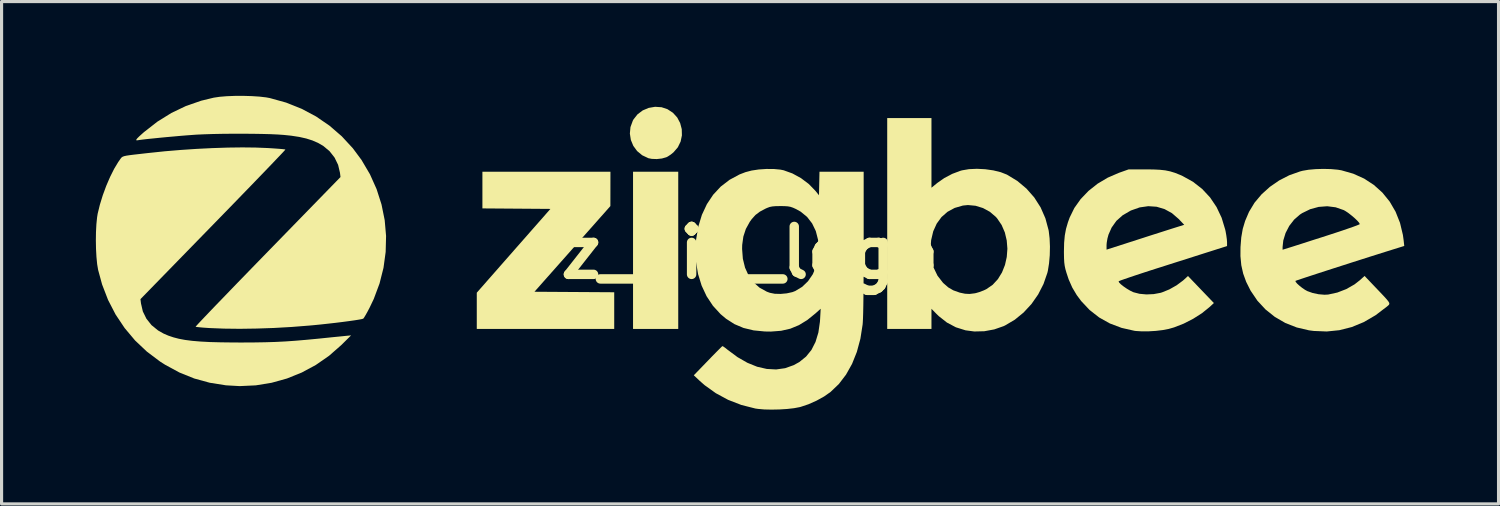
<source format=kicad_pcb>
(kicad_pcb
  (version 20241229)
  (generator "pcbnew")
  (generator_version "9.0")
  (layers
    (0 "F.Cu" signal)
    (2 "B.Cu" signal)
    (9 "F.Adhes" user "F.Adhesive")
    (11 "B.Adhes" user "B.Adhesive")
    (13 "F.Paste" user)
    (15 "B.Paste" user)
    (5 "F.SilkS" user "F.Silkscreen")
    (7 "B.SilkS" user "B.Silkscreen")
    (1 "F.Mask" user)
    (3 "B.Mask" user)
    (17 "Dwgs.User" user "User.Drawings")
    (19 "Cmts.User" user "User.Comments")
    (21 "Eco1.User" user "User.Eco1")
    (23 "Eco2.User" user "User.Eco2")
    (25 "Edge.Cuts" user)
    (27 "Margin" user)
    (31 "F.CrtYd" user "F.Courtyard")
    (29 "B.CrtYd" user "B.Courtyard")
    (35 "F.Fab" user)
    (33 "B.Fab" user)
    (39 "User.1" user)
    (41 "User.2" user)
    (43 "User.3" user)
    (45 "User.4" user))
  (footprint "z_big_logo"
    (layer "F.Cu")
    (at 20.806 4.99)
    (property "Reference" "z_big_logo" (at 0 0 0) (layer "F.SilkS") (effects (font (size 1.524 1.524) (thickness 0.3))))
    (attr board_only exclude_from_pos_files exclude_from_bom)
    (fp_poly (pts (xy -2.276 2.426) (xy -3.714 2.426) (xy -3.714 -2.576) (xy -2.276 -2.576)) (stroke (width 0) (type solid)) (fill yes) (layer "F.SilkS"))
    (fp_poly (pts (xy -4.434 -2.029) (xy -4.435 -1.483) (xy -5.643 -0.12) (xy -6.851 1.243) (xy -5.582 1.251) (xy -4.313 1.259) (xy -4.313 2.426) (xy -8.686 2.426) (xy -8.686 1.85) (xy -8.686 1.273) (xy -7.515 -0.06) (xy -6.343 -1.393) (xy -8.507 -1.409) (xy -8.507 -2.576) (xy -4.433 -2.576)) (stroke (width 0) (type solid)) (fill yes) (layer "F.SilkS"))
    (fp_poly (pts (xy -2.806 -4.628) (xy -2.621 -4.567) (xy -2.444 -4.451) (xy -2.308 -4.301) (xy -2.215 -4.124) (xy -2.164 -3.931) (xy -2.159 -3.732) (xy -2.2 -3.536) (xy -2.289 -3.353) (xy -2.425 -3.195) (xy -2.516 -3.121) (xy -2.609 -3.06) (xy -2.654 -3.037) (xy -2.795 -2.997) (xy -2.959 -2.979) (xy -3.118 -2.985) (xy -3.225 -3.006) (xy -3.423 -3.1) (xy -3.585 -3.234) (xy -3.706 -3.4) (xy -3.784 -3.588) (xy -3.815 -3.79) (xy -3.796 -3.996) (xy -3.722 -4.199) (xy -3.699 -4.241) (xy -3.571 -4.403) (xy -3.406 -4.527) (xy -3.216 -4.607) (xy -3.012 -4.642)) (stroke (width 0) (type solid)) (fill yes) (layer "F.SilkS"))
    (fp_poly (pts (xy 5.781 -2.067) (xy 5.968 -2.22) (xy 6.19 -2.375) (xy 6.442 -2.508) (xy 6.697 -2.604) (xy 6.753 -2.62) (xy 6.975 -2.658) (xy 7.226 -2.669) (xy 7.49 -2.656) (xy 7.749 -2.619) (xy 7.986 -2.561) (xy 8.182 -2.484) (xy 8.513 -2.283) (xy 8.804 -2.039) (xy 9.052 -1.757) (xy 9.254 -1.441) (xy 9.406 -1.094) (xy 9.506 -0.723) (xy 9.513 -0.686) (xy 9.54 -0.453) (xy 9.551 -0.191) (xy 9.545 0.081) (xy 9.522 0.342) (xy 9.485 0.573) (xy 9.468 0.644) (xy 9.346 0.996) (xy 9.176 1.328) (xy 8.963 1.633) (xy 8.713 1.903) (xy 8.433 2.132) (xy 8.127 2.313) (xy 8.077 2.337) (xy 7.779 2.441) (xy 7.463 2.499) (xy 7.144 2.507) (xy 6.865 2.47) (xy 6.558 2.374) (xy 6.273 2.223) (xy 6.01 2.016) (xy 5.935 1.942) (xy 5.781 1.785) (xy 5.781 2.426) (xy 4.373 2.426) (xy 4.373 -0.12) (xy 5.751 -0.12) (xy 5.776 0.193) (xy 5.851 0.478) (xy 5.973 0.732) (xy 6.142 0.95) (xy 6.16 0.969) (xy 6.315 1.104) (xy 6.477 1.198) (xy 6.671 1.267) (xy 6.687 1.272) (xy 6.85 1.306) (xy 6.995 1.313) (xy 7.155 1.293) (xy 7.195 1.285) (xy 7.311 1.251) (xy 7.444 1.2) (xy 7.528 1.16) (xy 7.728 1.022) (xy 7.894 0.842) (xy 8.025 0.629) (xy 8.12 0.391) (xy 8.177 0.137) (xy 8.197 -0.126) (xy 8.176 -0.389) (xy 8.116 -0.644) (xy 8.013 -0.882) (xy 7.868 -1.095) (xy 7.828 -1.14) (xy 7.639 -1.301) (xy 7.421 -1.42) (xy 7.184 -1.493) (xy 6.942 -1.516) (xy 6.781 -1.5) (xy 6.519 -1.424) (xy 6.292 -1.301) (xy 6.1 -1.133) (xy 5.948 -0.925) (xy 5.837 -0.68) (xy 5.771 -0.4) (xy 5.751 -0.12) (xy 4.373 -0.12) (xy 4.373 -4.283) (xy 5.781 -4.283)) (stroke (width 0) (type solid)) (fill yes) (layer "F.SilkS"))
    (fp_poly (pts (xy -15.72 -3.345) (xy -15.343 -3.33) (xy -15.324 -3.329) (xy -15.152 -3.318) (xy -15 -3.307) (xy -14.881 -3.297) (xy -14.802 -3.288) (xy -14.775 -3.283) (xy -14.793 -3.26) (xy -14.851 -3.197) (xy -14.945 -3.097) (xy -15.074 -2.962) (xy -15.233 -2.795) (xy -15.422 -2.599) (xy -15.636 -2.377) (xy -15.873 -2.131) (xy -16.132 -1.864) (xy -16.408 -1.579) (xy -16.7 -1.279) (xy -17.005 -0.966) (xy -17.074 -0.895) (xy -19.387 1.478) (xy -19.37 1.616) (xy -19.311 1.87) (xy -19.198 2.1) (xy -19.036 2.304) (xy -18.827 2.474) (xy -18.649 2.575) (xy -18.5 2.639) (xy -18.34 2.693) (xy -18.164 2.739) (xy -17.966 2.776) (xy -17.739 2.805) (xy -17.479 2.827) (xy -17.179 2.843) (xy -16.835 2.852) (xy -16.44 2.857) (xy -16.175 2.858) (xy -15.779 2.856) (xy -15.425 2.85) (xy -15.096 2.84) (xy -14.776 2.824) (xy -14.449 2.801) (xy -14.099 2.771) (xy -13.71 2.734) (xy -13.614 2.724) (xy -13.421 2.704) (xy -13.236 2.685) (xy -13.072 2.669) (xy -12.941 2.656) (xy -12.865 2.648) (xy -12.685 2.631) (xy -13 2.942) (xy -13.387 3.281) (xy -13.807 3.572) (xy -14.254 3.813) (xy -14.725 4.003) (xy -15.214 4.139) (xy -15.717 4.221) (xy -16.229 4.245) (xy -16.666 4.22) (xy -17.183 4.138) (xy -17.675 4.003) (xy -18.146 3.813) (xy -18.602 3.566) (xy -18.765 3.462) (xy -19.182 3.148) (xy -19.558 2.793) (xy -19.89 2.398) (xy -20.178 1.967) (xy -20.418 1.503) (xy -20.608 1.01) (xy -20.734 0.547) (xy -20.765 0.363) (xy -20.787 0.136) (xy -20.801 -0.12) (xy -20.806 -0.39) (xy -20.802 -0.657) (xy -20.789 -0.907) (xy -20.767 -1.124) (xy -20.748 -1.242) (xy -20.678 -1.528) (xy -20.586 -1.827) (xy -20.476 -2.126) (xy -20.353 -2.411) (xy -20.225 -2.667) (xy -20.095 -2.883) (xy -20.056 -2.938) (xy -20.028 -2.979) (xy -20.005 -3.01) (xy -19.982 -3.035) (xy -19.95 -3.055) (xy -19.903 -3.072) (xy -19.834 -3.087) (xy -19.735 -3.102) (xy -19.601 -3.119) (xy -19.424 -3.139) (xy -19.197 -3.165) (xy -19.095 -3.176) (xy -18.608 -3.227) (xy -18.105 -3.269) (xy -17.597 -3.303) (xy -17.093 -3.328) (xy -16.606 -3.344) (xy -16.144 -3.35)) (stroke (width 0) (type solid)) (fill yes) (layer "F.SilkS"))
    (fp_poly (pts (xy -15.846 -4.982) (xy -15.598 -4.966) (xy -15.384 -4.941) (xy -15.268 -4.919) (xy -14.75 -4.775) (xy -14.26 -4.579) (xy -13.799 -4.334) (xy -13.372 -4.041) (xy -12.982 -3.704) (xy -12.63 -3.323) (xy -12.353 -2.95) (xy -12.085 -2.495) (xy -11.873 -2.022) (xy -11.717 -1.534) (xy -11.616 -1.036) (xy -11.572 -0.531) (xy -11.585 -0.024) (xy -11.654 0.482) (xy -11.78 0.981) (xy -11.963 1.471) (xy -12.094 1.745) (xy -12.161 1.873) (xy -12.222 1.982) (xy -12.269 2.06) (xy -12.296 2.097) (xy -12.338 2.111) (xy -12.432 2.129) (xy -12.57 2.151) (xy -12.745 2.176) (xy -12.949 2.203) (xy -13.175 2.231) (xy -13.414 2.258) (xy -13.66 2.285) (xy -13.905 2.309) (xy -14.018 2.319) (xy -14.575 2.363) (xy -15.137 2.395) (xy -15.692 2.414) (xy -16.226 2.422) (xy -16.729 2.416) (xy -17.187 2.398) (xy -17.248 2.394) (xy -17.391 2.384) (xy -17.51 2.373) (xy -17.595 2.364) (xy -17.632 2.356) (xy -17.633 2.356) (xy -17.614 2.333) (xy -17.557 2.27) (xy -17.462 2.169) (xy -17.334 2.034) (xy -17.175 1.867) (xy -16.987 1.671) (xy -16.772 1.449) (xy -16.535 1.203) (xy -16.277 0.936) (xy -16 0.651) (xy -15.709 0.351) (xy -15.404 0.038) (xy -15.335 -0.033) (xy -13.022 -2.407) (xy -13.039 -2.544) (xy -13.098 -2.794) (xy -13.21 -3.025) (xy -13.37 -3.229) (xy -13.572 -3.398) (xy -13.729 -3.489) (xy -13.913 -3.57) (xy -14.111 -3.633) (xy -14.333 -3.683) (xy -14.594 -3.723) (xy -14.827 -3.747) (xy -15.01 -3.76) (xy -15.243 -3.771) (xy -15.515 -3.778) (xy -15.814 -3.783) (xy -16.131 -3.785) (xy -16.455 -3.785) (xy -16.774 -3.782) (xy -17.08 -3.776) (xy -17.36 -3.767) (xy -17.604 -3.756) (xy -17.717 -3.748) (xy -17.905 -3.734) (xy -18.115 -3.717) (xy -18.336 -3.697) (xy -18.562 -3.677) (xy -18.781 -3.656) (xy -18.985 -3.635) (xy -19.164 -3.617) (xy -19.31 -3.6) (xy -19.414 -3.587) (xy -19.462 -3.579) (xy -19.511 -3.573) (xy -19.523 -3.59) (xy -19.495 -3.632) (xy -19.424 -3.703) (xy -19.309 -3.806) (xy -19.273 -3.838) (xy -18.847 -4.17) (xy -18.404 -4.445) (xy -17.941 -4.667) (xy -17.453 -4.836) (xy -17.057 -4.932) (xy -16.87 -4.96) (xy -16.64 -4.979) (xy -16.383 -4.989) (xy -16.113 -4.99)) (stroke (width 0) (type solid)) (fill yes) (layer "F.SilkS"))
    (fp_poly (pts (xy 12.846 -2.648) (xy 13.051 -2.638) (xy 13.223 -2.619) (xy 13.377 -2.587) (xy 13.527 -2.541) (xy 13.685 -2.478) (xy 13.774 -2.438) (xy 14.102 -2.256) (xy 14.394 -2.028) (xy 14.645 -1.759) (xy 14.852 -1.452) (xy 15.014 -1.11) (xy 15.127 -0.737) (xy 15.139 -0.683) (xy 15.162 -0.553) (xy 15.179 -0.429) (xy 15.186 -0.337) (xy 15.186 -0.332) (xy 15.186 -0.212) (xy 14.699 -0.056) (xy 14.562 -0.013) (xy 14.377 0.046) (xy 14.154 0.117) (xy 13.902 0.198) (xy 13.629 0.284) (xy 13.346 0.374) (xy 13.062 0.465) (xy 12.978 0.491) (xy 12.719 0.574) (xy 12.477 0.653) (xy 12.259 0.725) (xy 12.072 0.788) (xy 11.92 0.84) (xy 11.81 0.879) (xy 11.748 0.904) (xy 11.735 0.912) (xy 11.752 0.949) (xy 11.809 1.007) (xy 11.895 1.075) (xy 11.997 1.145) (xy 12.103 1.208) (xy 12.201 1.255) (xy 12.21 1.259) (xy 12.4 1.308) (xy 12.62 1.328) (xy 12.849 1.318) (xy 13.066 1.278) (xy 13.119 1.262) (xy 13.35 1.168) (xy 13.58 1.038) (xy 13.782 0.888) (xy 13.812 0.862) (xy 13.943 0.742) (xy 14.355 1.172) (xy 14.767 1.602) (xy 14.625 1.733) (xy 14.386 1.926) (xy 14.106 2.104) (xy 13.805 2.258) (xy 13.5 2.377) (xy 13.328 2.426) (xy 13.14 2.462) (xy 12.921 2.488) (xy 12.691 2.502) (xy 12.472 2.503) (xy 12.283 2.491) (xy 12.238 2.485) (xy 11.832 2.393) (xy 11.458 2.252) (xy 11.118 2.062) (xy 10.813 1.824) (xy 10.545 1.539) (xy 10.403 1.348) (xy 10.261 1.109) (xy 10.146 0.849) (xy 10.076 0.638) (xy 10.042 0.52) (xy 10.02 0.415) (xy 10.006 0.307) (xy 9.999 0.178) (xy 9.996 0.011) (xy 9.996 -0.045) (xy 9.997 -0.097) (xy 11.352 -0.097) (xy 12.378 -0.427) (xy 12.625 -0.507) (xy 12.862 -0.583) (xy 13.082 -0.653) (xy 13.276 -0.715) (xy 13.436 -0.766) (xy 13.554 -0.803) (xy 13.614 -0.822) (xy 13.823 -0.887) (xy 13.646 -1.073) (xy 13.432 -1.258) (xy 13.197 -1.387) (xy 12.945 -1.462) (xy 12.68 -1.48) (xy 12.407 -1.441) (xy 12.131 -1.344) (xy 12.112 -1.335) (xy 11.864 -1.19) (xy 11.665 -1.013) (xy 11.513 -0.799) (xy 11.414 -0.575) (xy 11.38 -0.45) (xy 11.358 -0.32) (xy 11.352 -0.244) (xy 11.352 -0.097) (xy 9.997 -0.097) (xy 10.002 -0.315) (xy 10.023 -0.546) (xy 10.062 -0.757) (xy 10.123 -0.966) (xy 10.178 -1.118) (xy 10.327 -1.422) (xy 10.529 -1.706) (xy 10.777 -1.965) (xy 11.065 -2.194) (xy 11.389 -2.387) (xy 11.741 -2.539) (xy 11.751 -2.543) (xy 12.056 -2.651) (xy 12.595 -2.651)) (stroke (width 0) (type solid)) (fill yes) (layer "F.SilkS"))
    (fp_poly (pts (xy 18.493 -2.66) (xy 18.712 -2.64) (xy 18.825 -2.621) (xy 19.203 -2.513) (xy 19.549 -2.357) (xy 19.858 -2.155) (xy 20.13 -1.91) (xy 20.361 -1.625) (xy 20.548 -1.304) (xy 20.689 -0.95) (xy 20.781 -0.565) (xy 20.804 -0.399) (xy 20.824 -0.214) (xy 20.634 -0.155) (xy 20.438 -0.094) (xy 20.214 -0.024) (xy 19.967 0.054) (xy 19.703 0.137) (xy 19.428 0.225) (xy 19.148 0.314) (xy 18.869 0.404) (xy 18.597 0.491) (xy 18.337 0.575) (xy 18.096 0.653) (xy 17.879 0.724) (xy 17.693 0.785) (xy 17.543 0.835) (xy 17.434 0.871) (xy 17.374 0.893) (xy 17.363 0.897) (xy 17.369 0.928) (xy 17.414 0.982) (xy 17.486 1.048) (xy 17.574 1.118) (xy 17.666 1.181) (xy 17.743 1.223) (xy 17.908 1.282) (xy 18.098 1.322) (xy 18.285 1.338) (xy 18.403 1.332) (xy 18.695 1.268) (xy 18.98 1.158) (xy 19.241 1.009) (xy 19.41 0.877) (xy 19.562 0.74) (xy 19.928 1.124) (xy 20.078 1.281) (xy 20.192 1.402) (xy 20.272 1.491) (xy 20.322 1.555) (xy 20.347 1.601) (xy 20.349 1.634) (xy 20.333 1.662) (xy 20.302 1.69) (xy 20.275 1.713) (xy 19.911 1.99) (xy 19.537 2.208) (xy 19.154 2.366) (xy 18.761 2.466) (xy 18.358 2.507) (xy 17.943 2.49) (xy 17.792 2.47) (xy 17.403 2.379) (xy 17.041 2.237) (xy 16.709 2.045) (xy 16.412 1.808) (xy 16.152 1.528) (xy 15.935 1.208) (xy 15.795 0.929) (xy 15.699 0.665) (xy 15.639 0.397) (xy 15.612 0.109) (xy 15.613 -0.094) (xy 16.953 -0.094) (xy 17.17 -0.162) (xy 17.251 -0.187) (xy 17.379 -0.228) (xy 17.549 -0.282) (xy 17.75 -0.347) (xy 17.974 -0.419) (xy 18.214 -0.495) (xy 18.399 -0.555) (xy 18.632 -0.631) (xy 18.847 -0.702) (xy 19.036 -0.767) (xy 19.194 -0.822) (xy 19.313 -0.866) (xy 19.387 -0.896) (xy 19.409 -0.91) (xy 19.387 -0.954) (xy 19.326 -1.023) (xy 19.24 -1.105) (xy 19.139 -1.19) (xy 19.036 -1.27) (xy 18.941 -1.332) (xy 18.896 -1.356) (xy 18.642 -1.444) (xy 18.374 -1.478) (xy 18.101 -1.457) (xy 17.832 -1.384) (xy 17.576 -1.259) (xy 17.505 -1.213) (xy 17.32 -1.052) (xy 17.165 -0.852) (xy 17.048 -0.626) (xy 16.975 -0.388) (xy 16.953 -0.181) (xy 16.953 -0.094) (xy 15.613 -0.094) (xy 15.614 -0.178) (xy 15.638 -0.485) (xy 15.685 -0.756) (xy 15.761 -1.01) (xy 15.871 -1.268) (xy 15.889 -1.307) (xy 16.061 -1.591) (xy 16.283 -1.855) (xy 16.546 -2.093) (xy 16.843 -2.298) (xy 17.166 -2.464) (xy 17.505 -2.584) (xy 17.588 -2.606) (xy 17.778 -2.639) (xy 18.006 -2.659) (xy 18.251 -2.666)) (stroke (width 0) (type solid)) (fill yes) (layer "F.SilkS"))
    (fp_poly (pts (xy 0.765 -2.663) (xy 0.975 -2.643) (xy 1.078 -2.622) (xy 1.358 -2.521) (xy 1.63 -2.372) (xy 1.878 -2.185) (xy 2.086 -1.971) (xy 2.087 -1.97) (xy 2.202 -1.828) (xy 2.218 -2.576) (xy 3.624 -2.576) (xy 3.624 -0.301) (xy 3.624 0.187) (xy 3.622 0.629) (xy 3.62 1.025) (xy 3.617 1.372) (xy 3.613 1.669) (xy 3.608 1.912) (xy 3.602 2.101) (xy 3.595 2.233) (xy 3.591 2.283) (xy 3.52 2.737) (xy 3.407 3.157) (xy 3.254 3.539) (xy 3.062 3.881) (xy 2.834 4.179) (xy 2.57 4.431) (xy 2.367 4.574) (xy 2.127 4.707) (xy 1.872 4.821) (xy 1.625 4.904) (xy 1.587 4.914) (xy 1.407 4.948) (xy 1.186 4.973) (xy 0.943 4.988) (xy 0.695 4.993) (xy 0.462 4.988) (xy 0.26 4.97) (xy 0.177 4.958) (xy -0.268 4.845) (xy -0.689 4.682) (xy -1.081 4.47) (xy -1.438 4.214) (xy -1.595 4.076) (xy -1.781 3.901) (xy -1.336 3.441) (xy -1.204 3.304) (xy -1.085 3.183) (xy -0.987 3.084) (xy -0.915 3.013) (xy -0.877 2.976) (xy -0.872 2.973) (xy -0.841 2.986) (xy -0.779 3.03) (xy -0.704 3.09) (xy -0.39 3.323) (xy -0.076 3.503) (xy 0.235 3.629) (xy 0.541 3.699) (xy 0.838 3.715) (xy 1.125 3.675) (xy 1.398 3.578) (xy 1.577 3.479) (xy 1.79 3.307) (xy 1.962 3.095) (xy 2.092 2.839) (xy 2.183 2.541) (xy 2.232 2.2) (xy 2.238 2.112) (xy 2.256 1.783) (xy 2.095 1.928) (xy 1.828 2.144) (xy 1.564 2.305) (xy 1.291 2.418) (xy 0.997 2.485) (xy 0.672 2.51) (xy 0.479 2.507) (xy 0.122 2.472) (xy -0.198 2.395) (xy -0.487 2.273) (xy -0.754 2.102) (xy -0.928 1.956) (xy -1.172 1.69) (xy -1.374 1.385) (xy -1.532 1.047) (xy -1.645 0.68) (xy -1.711 0.291) (xy -1.727 -0.114) (xy -1.727 -0.12) (xy -0.244 -0.12) (xy -0.22 0.194) (xy -0.15 0.478) (xy -0.036 0.729) (xy 0.118 0.941) (xy 0.311 1.113) (xy 0.541 1.24) (xy 0.638 1.276) (xy 0.794 1.307) (xy 0.982 1.312) (xy 1.176 1.294) (xy 1.355 1.255) (xy 1.444 1.221) (xy 1.667 1.087) (xy 1.854 0.907) (xy 2.004 0.688) (xy 2.113 0.434) (xy 2.178 0.151) (xy 2.196 -0.104) (xy 2.172 -0.411) (xy 2.101 -0.688) (xy 1.984 -0.931) (xy 1.824 -1.138) (xy 1.622 -1.304) (xy 1.474 -1.387) (xy 1.375 -1.432) (xy 1.292 -1.46) (xy 1.206 -1.475) (xy 1.096 -1.482) (xy 0.973 -1.483) (xy 0.826 -1.481) (xy 0.72 -1.472) (xy 0.634 -1.455) (xy 0.551 -1.424) (xy 0.502 -1.402) (xy 0.321 -1.306) (xy 0.181 -1.2) (xy 0.063 -1.069) (xy 0.000491 -0.982) (xy -0.125 -0.755) (xy -0.204 -0.514) (xy -0.241 -0.247) (xy -0.244 -0.12) (xy -1.727 -0.12) (xy -1.708 -0.416) (xy -1.638 -0.829) (xy -1.523 -1.205) (xy -1.364 -1.545) (xy -1.164 -1.845) (xy -0.923 -2.104) (xy -0.643 -2.319) (xy -0.325 -2.49) (xy -0.135 -2.563) (xy 0.06 -2.614) (xy 0.287 -2.648) (xy 0.529 -2.664)) (stroke (width 0) (type solid)) (fill yes) (layer "F.SilkS")))
  (gr_rect
    (start -3 -3)
    (end 44.63 12.983)
    (stroke (width 0.1) (type default))
    (fill no)
    (layer "Edge.Cuts")))
</source>
